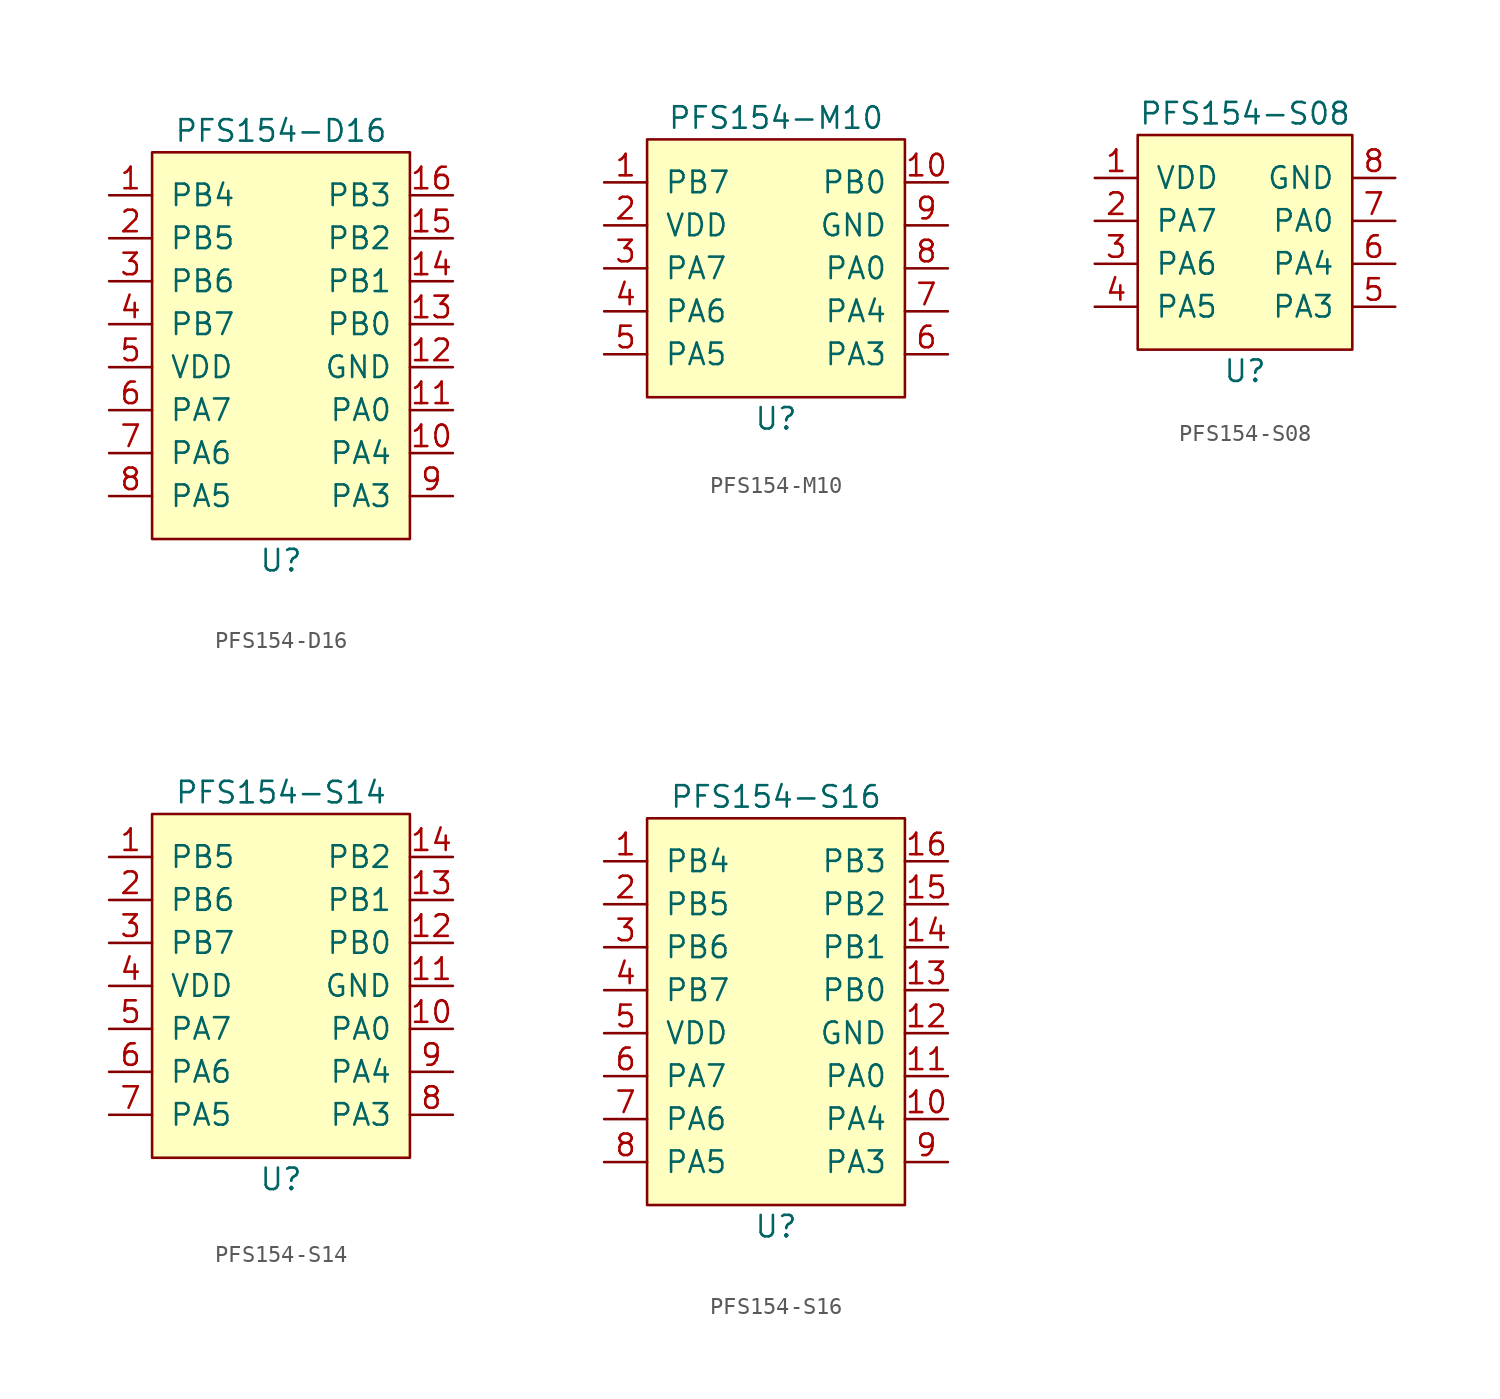
<source format=kicad_sym>
(kicad_symbol_lib
  (version 20211014)
  (generator kicad_symbol_editor)
  (symbol "PFS154-D16"
    (pin_names
      (offset 1.016))
    (property "Reference" "U"
      (at 0 -12.7 0)
      (effects (font (size 1.27 1.27))))
    (property "Value" "PFS154-D16"
      (at 0 12.7 0)
      (effects (font (size 1.27 1.27))))
    (symbol "PFS154-D16_0_1"
      (rectangle (start -7.62 11.43) (end 7.62 -11.43) (stroke (width 0) (type default) (color 0 0 0 0)) (fill (type background))))
    (symbol "PFS154-D16_1_1"
      (pin input line (at -10.16 8.89 0) (length 2.54) (name "PB4" (effects (font (size 1.27 1.27)))) (number "1" (effects (font (size 1.27 1.27)))))
      (pin input line (at 10.16 -6.35 180) (length 2.54) (name "PA4" (effects (font (size 1.27 1.27)))) (number "10" (effects (font (size 1.27 1.27)))))
      (pin input line (at 10.16 -3.81 180) (length 2.54) (name "PA0" (effects (font (size 1.27 1.27)))) (number "11" (effects (font (size 1.27 1.27)))))
      (pin input line (at 10.16 -1.27 180) (length 2.54) (name "GND" (effects (font (size 1.27 1.27)))) (number "12" (effects (font (size 1.27 1.27)))))
      (pin input line (at 10.16 1.27 180) (length 2.54) (name "PB0" (effects (font (size 1.27 1.27)))) (number "13" (effects (font (size 1.27 1.27)))))
      (pin input line (at 10.16 3.81 180) (length 2.54) (name "PB1" (effects (font (size 1.27 1.27)))) (number "14" (effects (font (size 1.27 1.27)))))
      (pin input line (at 10.16 6.35 180) (length 2.54) (name "PB2" (effects (font (size 1.27 1.27)))) (number "15" (effects (font (size 1.27 1.27)))))
      (pin input line (at 10.16 8.89 180) (length 2.54) (name "PB3" (effects (font (size 1.27 1.27)))) (number "16" (effects (font (size 1.27 1.27)))))
      (pin input line (at -10.16 6.35 0) (length 2.54) (name "PB5" (effects (font (size 1.27 1.27)))) (number "2" (effects (font (size 1.27 1.27)))))
      (pin input line (at -10.16 3.81 0) (length 2.54) (name "PB6" (effects (font (size 1.27 1.27)))) (number "3" (effects (font (size 1.27 1.27)))))
      (pin input line (at -10.16 1.27 0) (length 2.54) (name "PB7" (effects (font (size 1.27 1.27)))) (number "4" (effects (font (size 1.27 1.27)))))
      (pin input line (at -10.16 -1.27 0) (length 2.54) (name "VDD" (effects (font (size 1.27 1.27)))) (number "5" (effects (font (size 1.27 1.27)))))
      (pin input line (at -10.16 -3.81 0) (length 2.54) (name "PA7" (effects (font (size 1.27 1.27)))) (number "6" (effects (font (size 1.27 1.27)))))
      (pin input line (at -10.16 -6.35 0) (length 2.54) (name "PA6" (effects (font (size 1.27 1.27)))) (number "7" (effects (font (size 1.27 1.27)))))
      (pin input line (at -10.16 -8.89 0) (length 2.54) (name "PA5" (effects (font (size 1.27 1.27)))) (number "8" (effects (font (size 1.27 1.27)))))
      (pin input line (at 10.16 -8.89 180) (length 2.54) (name "PA3" (effects (font (size 1.27 1.27)))) (number "9" (effects (font (size 1.27 1.27)))))))
  (symbol "PFS154-M10"
    (pin_names
      (offset 1.016))
    (property "Reference" "U"
      (at 0 -8.89 0)
      (effects (font (size 1.27 1.27))))
    (property "Value" "PFS154-M10"
      (at 0 8.89 0)
      (effects (font (size 1.27 1.27))))
    (symbol "PFS154-M10_0_1"
      (rectangle (start -7.62 7.62) (end 7.62 -7.62) (stroke (width 0) (type default) (color 0 0 0 0)) (fill (type background))))
    (symbol "PFS154-M10_1_1"
      (pin input line (at -10.16 5.08 0) (length 2.54) (name "PB7" (effects (font (size 1.27 1.27)))) (number "1" (effects (font (size 1.27 1.27)))))
      (pin input line (at 10.16 5.08 180) (length 2.54) (name "PB0" (effects (font (size 1.27 1.27)))) (number "10" (effects (font (size 1.27 1.27)))))
      (pin input line (at -10.16 2.54 0) (length 2.54) (name "VDD" (effects (font (size 1.27 1.27)))) (number "2" (effects (font (size 1.27 1.27)))))
      (pin input line (at -10.16 0 0) (length 2.54) (name "PA7" (effects (font (size 1.27 1.27)))) (number "3" (effects (font (size 1.27 1.27)))))
      (pin input line (at -10.16 -2.54 0) (length 2.54) (name "PA6" (effects (font (size 1.27 1.27)))) (number "4" (effects (font (size 1.27 1.27)))))
      (pin input line (at -10.16 -5.08 0) (length 2.54) (name "PA5" (effects (font (size 1.27 1.27)))) (number "5" (effects (font (size 1.27 1.27)))))
      (pin input line (at 10.16 -5.08 180) (length 2.54) (name "PA3" (effects (font (size 1.27 1.27)))) (number "6" (effects (font (size 1.27 1.27)))))
      (pin input line (at 10.16 -2.54 180) (length 2.54) (name "PA4" (effects (font (size 1.27 1.27)))) (number "7" (effects (font (size 1.27 1.27)))))
      (pin input line (at 10.16 0 180) (length 2.54) (name "PA0" (effects (font (size 1.27 1.27)))) (number "8" (effects (font (size 1.27 1.27)))))
      (pin input line (at 10.16 2.54 180) (length 2.54) (name "GND" (effects (font (size 1.27 1.27)))) (number "9" (effects (font (size 1.27 1.27)))))))
  (symbol "PFS154-S08"
    (pin_names
      (offset 1.016))
    (property "Reference" "U"
      (at 0 -7.62 0)
      (effects (font (size 1.27 1.27))))
    (property "Value" "PFS154-S08"
      (at 0 7.62 0)
      (effects (font (size 1.27 1.27))))
    (symbol "PFS154-S08_0_1"
      (rectangle (start -6.35 6.35) (end 6.35 -6.35) (stroke (width 0) (type default) (color 0 0 0 0)) (fill (type background))))
    (symbol "PFS154-S08_1_1"
      (pin input line (at -8.89 3.81 0) (length 2.54) (name "VDD" (effects (font (size 1.27 1.27)))) (number "1" (effects (font (size 1.27 1.27)))))
      (pin input line (at -8.89 1.27 0) (length 2.54) (name "PA7" (effects (font (size 1.27 1.27)))) (number "2" (effects (font (size 1.27 1.27)))))
      (pin input line (at -8.89 -1.27 0) (length 2.54) (name "PA6" (effects (font (size 1.27 1.27)))) (number "3" (effects (font (size 1.27 1.27)))))
      (pin input line (at -8.89 -3.81 0) (length 2.54) (name "PA5" (effects (font (size 1.27 1.27)))) (number "4" (effects (font (size 1.27 1.27)))))
      (pin input line (at 8.89 -3.81 180) (length 2.54) (name "PA3" (effects (font (size 1.27 1.27)))) (number "5" (effects (font (size 1.27 1.27)))))
      (pin input line (at 8.89 -1.27 180) (length 2.54) (name "PA4" (effects (font (size 1.27 1.27)))) (number "6" (effects (font (size 1.27 1.27)))))
      (pin input line (at 8.89 1.27 180) (length 2.54) (name "PA0" (effects (font (size 1.27 1.27)))) (number "7" (effects (font (size 1.27 1.27)))))
      (pin input line (at 8.89 3.81 180) (length 2.54) (name "GND" (effects (font (size 1.27 1.27)))) (number "8" (effects (font (size 1.27 1.27)))))))
  (symbol "PFS154-S14"
    (pin_names
      (offset 1.016))
    (property "Reference" "U"
      (at 0 -11.43 0)
      (effects (font (size 1.27 1.27))))
    (property "Value" "PFS154-S14"
      (at 0 11.43 0)
      (effects (font (size 1.27 1.27))))
    (symbol "PFS154-S14_0_1"
      (rectangle (start -7.62 10.16) (end 7.62 -10.16) (stroke (width 0) (type default) (color 0 0 0 0)) (fill (type background))))
    (symbol "PFS154-S14_1_1"
      (pin input line (at -10.16 7.62 0) (length 2.54) (name "PB5" (effects (font (size 1.27 1.27)))) (number "1" (effects (font (size 1.27 1.27)))))
      (pin input line (at 10.16 -2.54 180) (length 2.54) (name "PA0" (effects (font (size 1.27 1.27)))) (number "10" (effects (font (size 1.27 1.27)))))
      (pin input line (at 10.16 0 180) (length 2.54) (name "GND" (effects (font (size 1.27 1.27)))) (number "11" (effects (font (size 1.27 1.27)))))
      (pin input line (at 10.16 2.54 180) (length 2.54) (name "PB0" (effects (font (size 1.27 1.27)))) (number "12" (effects (font (size 1.27 1.27)))))
      (pin input line (at 10.16 5.08 180) (length 2.54) (name "PB1" (effects (font (size 1.27 1.27)))) (number "13" (effects (font (size 1.27 1.27)))))
      (pin input line (at 10.16 7.62 180) (length 2.54) (name "PB2" (effects (font (size 1.27 1.27)))) (number "14" (effects (font (size 1.27 1.27)))))
      (pin input line (at -10.16 5.08 0) (length 2.54) (name "PB6" (effects (font (size 1.27 1.27)))) (number "2" (effects (font (size 1.27 1.27)))))
      (pin input line (at -10.16 2.54 0) (length 2.54) (name "PB7" (effects (font (size 1.27 1.27)))) (number "3" (effects (font (size 1.27 1.27)))))
      (pin input line (at -10.16 0 0) (length 2.54) (name "VDD" (effects (font (size 1.27 1.27)))) (number "4" (effects (font (size 1.27 1.27)))))
      (pin input line (at -10.16 -2.54 0) (length 2.54) (name "PA7" (effects (font (size 1.27 1.27)))) (number "5" (effects (font (size 1.27 1.27)))))
      (pin input line (at -10.16 -5.08 0) (length 2.54) (name "PA6" (effects (font (size 1.27 1.27)))) (number "6" (effects (font (size 1.27 1.27)))))
      (pin input line (at -10.16 -7.62 0) (length 2.54) (name "PA5" (effects (font (size 1.27 1.27)))) (number "7" (effects (font (size 1.27 1.27)))))
      (pin input line (at 10.16 -7.62 180) (length 2.54) (name "PA3" (effects (font (size 1.27 1.27)))) (number "8" (effects (font (size 1.27 1.27)))))
      (pin input line (at 10.16 -5.08 180) (length 2.54) (name "PA4" (effects (font (size 1.27 1.27)))) (number "9" (effects (font (size 1.27 1.27)))))))
  (symbol "PFS154-S16"
    (pin_names
      (offset 1.016))
    (property "Reference" "U"
      (at 0 -12.7 0)
      (effects (font (size 1.27 1.27))))
    (property "Value" "PFS154-S16"
      (at 0 12.7 0)
      (effects (font (size 1.27 1.27))))
    (symbol "PFS154-S16_0_1"
      (rectangle (start -7.62 11.43) (end 7.62 -11.43) (stroke (width 0) (type default) (color 0 0 0 0)) (fill (type background))))
    (symbol "PFS154-S16_1_1"
      (pin input line (at -10.16 8.89 0) (length 2.54) (name "PB4" (effects (font (size 1.27 1.27)))) (number "1" (effects (font (size 1.27 1.27)))))
      (pin input line (at 10.16 -6.35 180) (length 2.54) (name "PA4" (effects (font (size 1.27 1.27)))) (number "10" (effects (font (size 1.27 1.27)))))
      (pin input line (at 10.16 -3.81 180) (length 2.54) (name "PA0" (effects (font (size 1.27 1.27)))) (number "11" (effects (font (size 1.27 1.27)))))
      (pin input line (at 10.16 -1.27 180) (length 2.54) (name "GND" (effects (font (size 1.27 1.27)))) (number "12" (effects (font (size 1.27 1.27)))))
      (pin input line (at 10.16 1.27 180) (length 2.54) (name "PB0" (effects (font (size 1.27 1.27)))) (number "13" (effects (font (size 1.27 1.27)))))
      (pin input line (at 10.16 3.81 180) (length 2.54) (name "PB1" (effects (font (size 1.27 1.27)))) (number "14" (effects (font (size 1.27 1.27)))))
      (pin input line (at 10.16 6.35 180) (length 2.54) (name "PB2" (effects (font (size 1.27 1.27)))) (number "15" (effects (font (size 1.27 1.27)))))
      (pin input line (at 10.16 8.89 180) (length 2.54) (name "PB3" (effects (font (size 1.27 1.27)))) (number "16" (effects (font (size 1.27 1.27)))))
      (pin input line (at -10.16 6.35 0) (length 2.54) (name "PB5" (effects (font (size 1.27 1.27)))) (number "2" (effects (font (size 1.27 1.27)))))
      (pin input line (at -10.16 3.81 0) (length 2.54) (name "PB6" (effects (font (size 1.27 1.27)))) (number "3" (effects (font (size 1.27 1.27)))))
      (pin input line (at -10.16 1.27 0) (length 2.54) (name "PB7" (effects (font (size 1.27 1.27)))) (number "4" (effects (font (size 1.27 1.27)))))
      (pin input line (at -10.16 -1.27 0) (length 2.54) (name "VDD" (effects (font (size 1.27 1.27)))) (number "5" (effects (font (size 1.27 1.27)))))
      (pin input line (at -10.16 -3.81 0) (length 2.54) (name "PA7" (effects (font (size 1.27 1.27)))) (number "6" (effects (font (size 1.27 1.27)))))
      (pin input line (at -10.16 -6.35 0) (length 2.54) (name "PA6" (effects (font (size 1.27 1.27)))) (number "7" (effects (font (size 1.27 1.27)))))
      (pin input line (at -10.16 -8.89 0) (length 2.54) (name "PA5" (effects (font (size 1.27 1.27)))) (number "8" (effects (font (size 1.27 1.27)))))
      (pin input line (at 10.16 -8.89 180) (length 2.54) (name "PA3" (effects (font (size 1.27 1.27)))) (number "9" (effects (font (size 1.27 1.27))))))))
</source>
